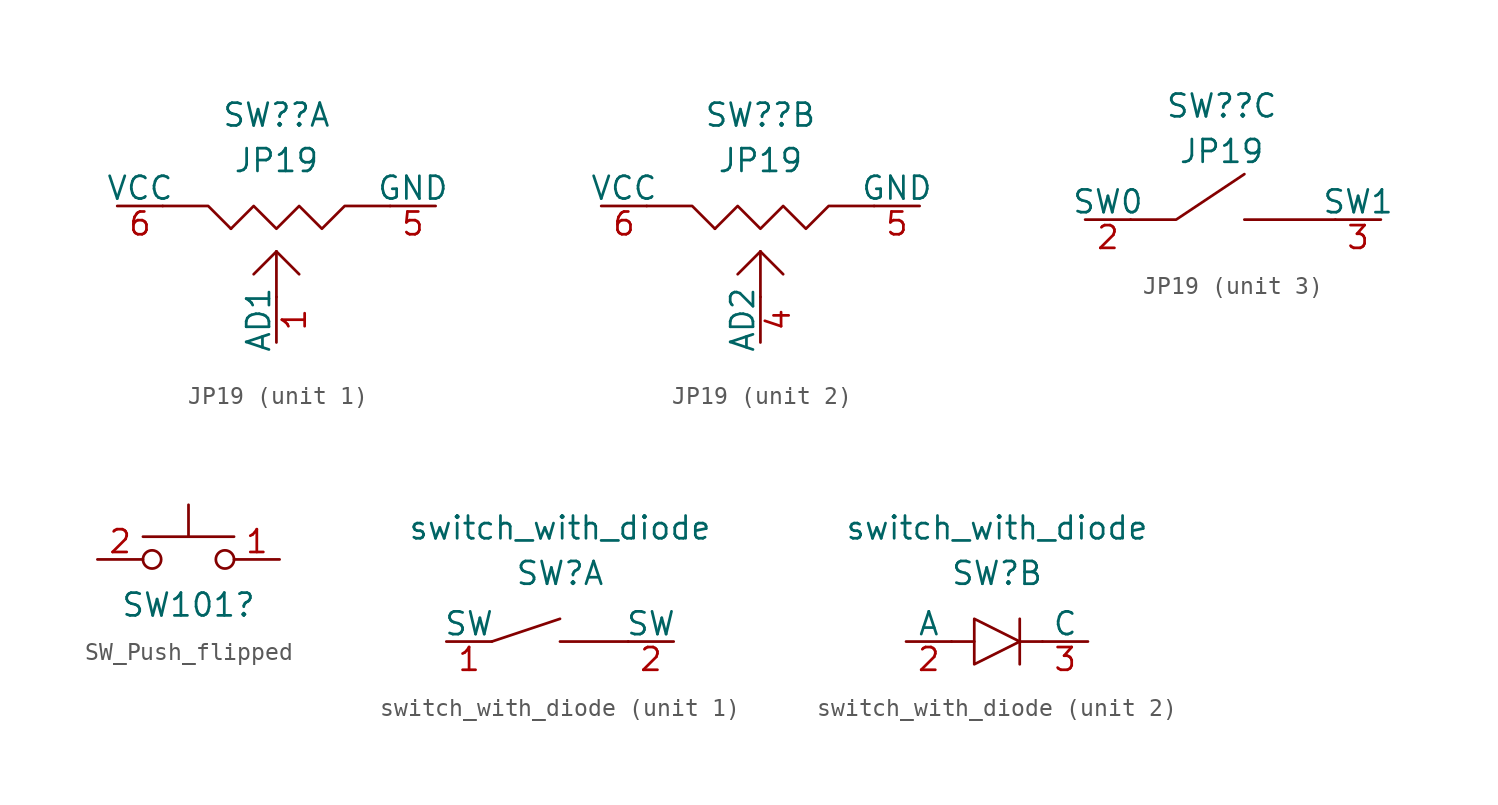
<source format=kicad_sym>
(kicad_symbol_lib
  (version 20211014)
  (generator kicad_symbol_editor)
  (symbol "JP19"
    (pin_names
      (offset 0))
    (property "Reference" "SW?"
      (at 0 2.54 0)
      (effects (font (size 1.27 1.27))))
    (property "Value" "JP19"
      (at 0 0 0)
      (effects (font (size 1.27 1.27))))
    (property "ki_locked" ""
      (at 0 0 0)
      (effects (font (size 1.27 1.27))))
    (symbol "JP19_1_1"
      (polyline (pts (xy 0 -7.62) (xy 0 -5.08)) (stroke (width 0) (type default) (color 0 0 0 0)) (fill (type none)))
      (polyline (pts (xy 0 -5.08) (xy -1.27 -6.35)) (stroke (width 0) (type default) (color 0 0 0 0)) (fill (type none)))
      (polyline (pts (xy 0 -5.08) (xy 1.27 -6.35)) (stroke (width 0) (type default) (color 0 0 0 0)) (fill (type none)))
      (polyline (pts (xy -2.54 -3.81) (xy -3.81 -2.54) (xy -6.35 -2.54)) (stroke (width 0) (type default) (color 0 0 0 0)) (fill (type none)))
      (polyline (pts (xy -2.54 -3.81) (xy -1.27 -2.54) (xy 0 -3.81) (xy 1.27 -2.54) (xy 2.54 -3.81) (xy 3.81 -2.54) (xy 6.35 -2.54)) (stroke (width 0) (type default) (color 0 0 0 0)) (fill (type none)))
      (pin output line (at 0 -10.16 90) (length 2.54) (name "AD1" (effects (font (size 1.27 1.27)))) (number "1" (effects (font (size 1.27 1.27)))))
      (pin power_in line (at 8.89 -2.54 180) (length 2.54) (name "GND" (effects (font (size 1.27 1.27)))) (number "5" (effects (font (size 1.27 1.27)))))
      (pin power_in line (at -8.89 -2.54 0) (length 2.54) (name "VCC" (effects (font (size 1.27 1.27)))) (number "6" (effects (font (size 1.27 1.27))))))
    (symbol "JP19_2_1"
      (polyline (pts (xy 0 -7.62) (xy 0 -5.08)) (stroke (width 0) (type default) (color 0 0 0 0)) (fill (type none)))
      (polyline (pts (xy 0 -5.08) (xy -1.27 -6.35)) (stroke (width 0) (type default) (color 0 0 0 0)) (fill (type none)))
      (polyline (pts (xy 0 -5.08) (xy 1.27 -6.35)) (stroke (width 0) (type default) (color 0 0 0 0)) (fill (type none)))
      (polyline (pts (xy -2.54 -3.81) (xy -3.81 -2.54) (xy -6.35 -2.54)) (stroke (width 0) (type default) (color 0 0 0 0)) (fill (type none)))
      (polyline (pts (xy -2.54 -3.81) (xy -1.27 -2.54) (xy 0 -3.81) (xy 1.27 -2.54) (xy 2.54 -3.81) (xy 3.81 -2.54) (xy 6.35 -2.54)) (stroke (width 0) (type default) (color 0 0 0 0)) (fill (type none)))
      (pin output line (at 0 -10.16 90) (length 2.54) (name "AD2" (effects (font (size 1.27 1.27)))) (number "4" (effects (font (size 1.27 1.27)))))
      (pin power_in line (at 8.89 -2.54 180) (length 2.54) (name "GND" (effects (font (size 1.27 1.27)))) (number "5" (effects (font (size 1.27 1.27)))))
      (pin power_in line (at -8.89 -2.54 0) (length 2.54) (name "VCC" (effects (font (size 1.27 1.27)))) (number "6" (effects (font (size 1.27 1.27))))))
    (symbol "JP19_3_1"
      (polyline (pts (xy 6.35 -3.81) (xy 1.27 -3.81)) (stroke (width 0) (type default) (color 0 0 0 0)) (fill (type none)))
      (polyline (pts (xy -5.08 -3.81) (xy -2.54 -3.81) (xy 1.27 -1.27)) (stroke (width 0) (type default) (color 0 0 0 0)) (fill (type none)))
      (pin passive line (at -7.62 -3.81 0) (length 2.54) (name "SW0" (effects (font (size 1.27 1.27)))) (number "2" (effects (font (size 1.27 1.27)))))
      (pin passive line (at 8.89 -3.81 180) (length 2.54) (name "SW1" (effects (font (size 1.27 1.27)))) (number "3" (effects (font (size 1.27 1.27)))))))
  (symbol "SW_Push_flipped"
    (pin_names
      (offset 1.016) hide)
    (property "Reference" "SW101"
      (at 0 -2.54 0)
      (effects (font (size 1.27 1.27))))
    (symbol "SW_Push_flipped_0_1"
      (circle (center -2.032 0) (radius 0.508) (stroke (width 0) (type default) (color 0 0 0 0)) (fill (type none)))
      (polyline (pts (xy 0 1.27) (xy 0 3.048)) (stroke (width 0) (type default) (color 0 0 0 0)) (fill (type none)))
      (polyline (pts (xy 2.54 1.27) (xy -2.54 1.27)) (stroke (width 0) (type default) (color 0 0 0 0)) (fill (type none)))
      (circle (center 2.032 0) (radius 0.508) (stroke (width 0) (type default) (color 0 0 0 0)) (fill (type none)))
      (pin passive line (at 5.08 0 180) (length 2.54) (name "1" (effects (font (size 1.27 1.27)))) (number "1" (effects (font (size 1.27 1.27)))))
      (pin passive line (at -5.08 0 0) (length 2.54) (name "2" (effects (font (size 1.27 1.27)))) (number "2" (effects (font (size 1.27 1.27)))))))
  (symbol "switch_with_diode"
    (pin_names
      (offset 0))
    (property "Reference" "SW"
      (at 0 0 0)
      (effects (font (size 1.27 1.27))))
    (property "Value" "switch_with_diode"
      (at 0 2.54 0)
      (effects (font (size 1.27 1.27))))
    (property "ki_locked" ""
      (at 0 0 0)
      (effects (font (size 1.27 1.27))))
    (symbol "switch_with_diode_1_1"
      (polyline (pts (xy -3.81 -3.81) (xy 0 -2.54)) (stroke (width 0) (type default) (color 0 0 0 0)) (fill (type none)))
      (polyline (pts (xy 3.81 -3.81) (xy 0 -3.81)) (stroke (width 0) (type default) (color 0 0 0 0)) (fill (type none)))
      (pin passive line (at -6.35 -3.81 0) (length 2.54) (name "SW" (effects (font (size 1.27 1.27)))) (number "1" (effects (font (size 1.27 1.27)))))
      (pin passive line (at 6.35 -3.81 180) (length 2.54) (name "SW" (effects (font (size 1.27 1.27)))) (number "2" (effects (font (size 1.27 1.27))))))
    (symbol "switch_with_diode_2_1"
      (polyline (pts (xy -1.27 -3.81) (xy -2.54 -3.81)) (stroke (width 0) (type default) (color 0 0 0 0)) (fill (type none)))
      (polyline (pts (xy 1.27 -3.81) (xy 2.54 -3.81)) (stroke (width 0) (type default) (color 0 0 0 0)) (fill (type none)))
      (polyline (pts (xy 1.27 -2.54) (xy 1.27 -5.08)) (stroke (width 0) (type default) (color 0 0 0 0)) (fill (type none)))
      (polyline (pts (xy -1.27 -2.54) (xy -1.27 -5.08) (xy 1.27 -3.81) (xy -1.27 -2.54)) (stroke (width 0) (type default) (color 0 0 0 0)) (fill (type none)))
      (pin passive line (at -5.08 -3.81 0) (length 2.54) (name "A" (effects (font (size 1.27 1.27)))) (number "2" (effects (font (size 1.27 1.27)))))
      (pin passive line (at 5.08 -3.81 180) (length 2.54) (name "C" (effects (font (size 1.27 1.27)))) (number "3" (effects (font (size 1.27 1.27))))))))
</source>
